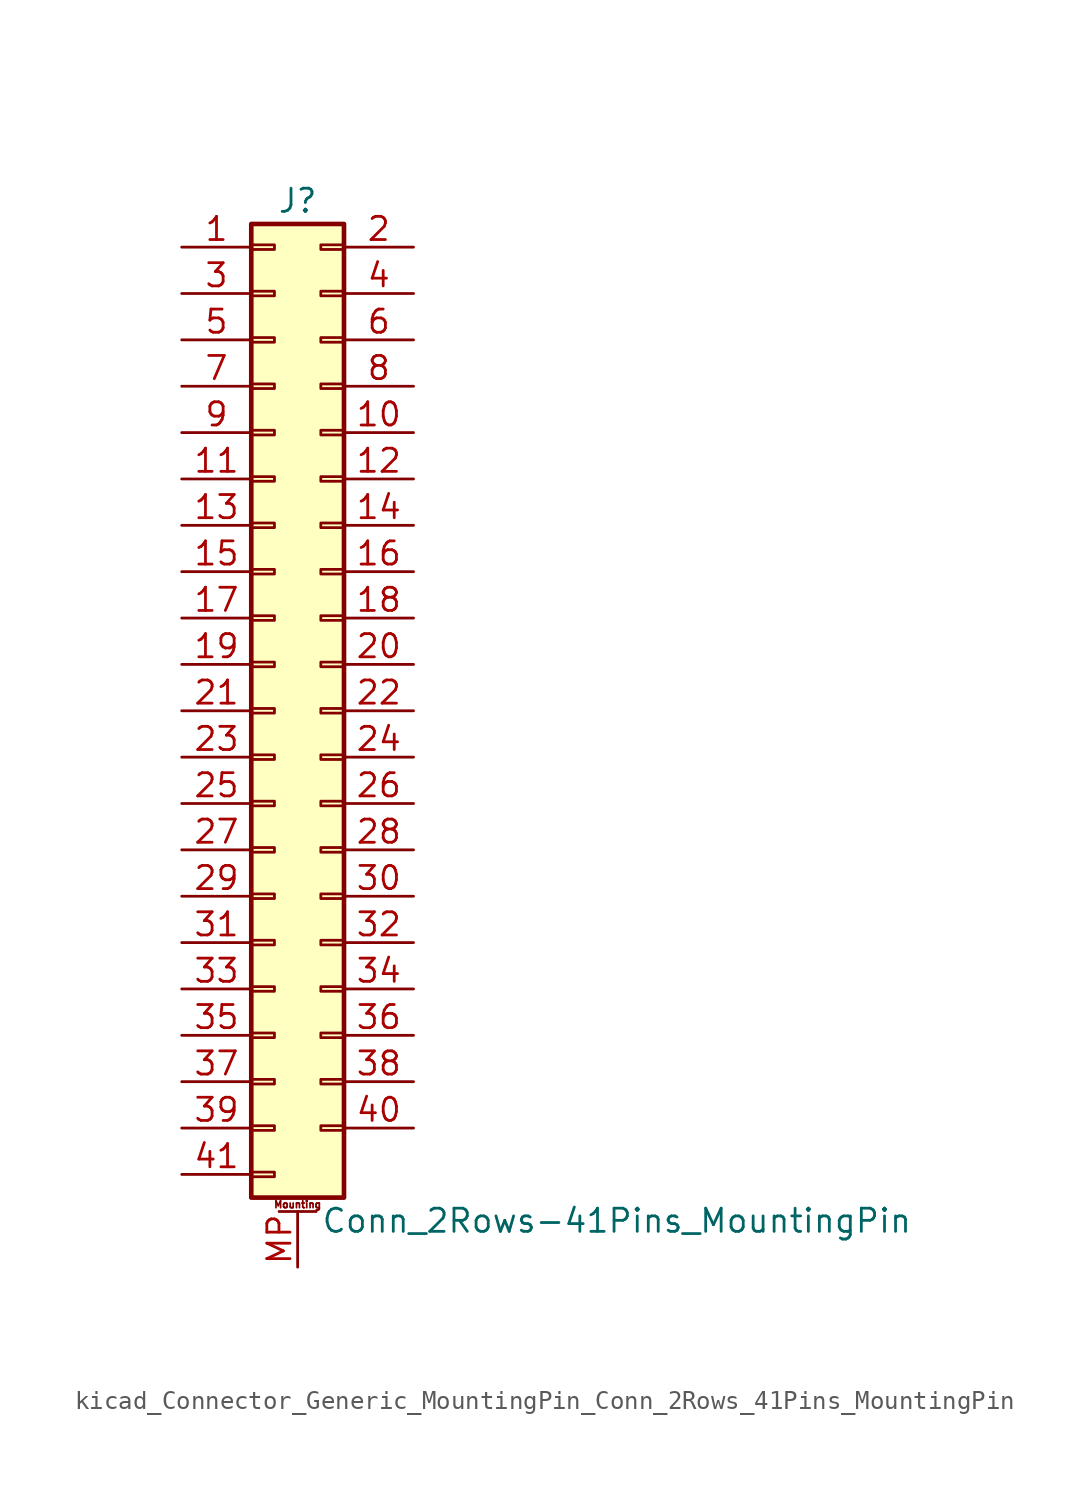
<source format=kicad_sym>
(kicad_symbol_lib
  (version 20220914)
  (generator kicad_symbol_editor)
  (symbol "kicad_Connector_Generic_MountingPin_Conn_2Rows_41Pins_MountingPin"
    (pin_names
      (offset 1.016) hide)
    (property "Reference" "J"
      (at 1.27 27.94 0)
      (effects (font (size 1.27 1.27))))
    (property "Value" "Conn_2Rows-41Pins_MountingPin"
      (at 2.54 -27.94 0)
      (effects (font (size 1.27 1.27)) (justify left)))
    (symbol "kicad_Connector_Generic_MountingPin_Conn_2Rows_41Pins_MountingPin_1_1"
      (rectangle (start -1.27 -25.273) (end 0 -25.527) (stroke (width 0.152) (type default)) (fill (type none)))
      (rectangle (start -1.27 -22.733) (end 0 -22.987) (stroke (width 0.152) (type default)) (fill (type none)))
      (rectangle (start -1.27 -20.193) (end 0 -20.447) (stroke (width 0.152) (type default)) (fill (type none)))
      (rectangle (start -1.27 -17.653) (end 0 -17.907) (stroke (width 0.152) (type default)) (fill (type none)))
      (rectangle (start -1.27 -15.113) (end 0 -15.367) (stroke (width 0.152) (type default)) (fill (type none)))
      (rectangle (start -1.27 -12.573) (end 0 -12.827) (stroke (width 0.152) (type default)) (fill (type none)))
      (rectangle (start -1.27 -10.033) (end 0 -10.287) (stroke (width 0.152) (type default)) (fill (type none)))
      (rectangle (start -1.27 -7.493) (end 0 -7.747) (stroke (width 0.152) (type default)) (fill (type none)))
      (rectangle (start -1.27 -4.953) (end 0 -5.207) (stroke (width 0.152) (type default)) (fill (type none)))
      (rectangle (start -1.27 -2.413) (end 0 -2.667) (stroke (width 0.152) (type default)) (fill (type none)))
      (rectangle (start -1.27 0.127) (end 0 -0.127) (stroke (width 0.152) (type default)) (fill (type none)))
      (rectangle (start -1.27 2.667) (end 0 2.413) (stroke (width 0.152) (type default)) (fill (type none)))
      (rectangle (start -1.27 5.207) (end 0 4.953) (stroke (width 0.152) (type default)) (fill (type none)))
      (rectangle (start -1.27 7.747) (end 0 7.493) (stroke (width 0.152) (type default)) (fill (type none)))
      (rectangle (start -1.27 10.287) (end 0 10.033) (stroke (width 0.152) (type default)) (fill (type none)))
      (rectangle (start -1.27 12.827) (end 0 12.573) (stroke (width 0.152) (type default)) (fill (type none)))
      (rectangle (start -1.27 15.367) (end 0 15.113) (stroke (width 0.152) (type default)) (fill (type none)))
      (rectangle (start -1.27 17.907) (end 0 17.653) (stroke (width 0.152) (type default)) (fill (type none)))
      (rectangle (start -1.27 20.447) (end 0 20.193) (stroke (width 0.152) (type default)) (fill (type none)))
      (rectangle (start -1.27 22.987) (end 0 22.733) (stroke (width 0.152) (type default)) (fill (type none)))
      (rectangle (start -1.27 25.527) (end 0 25.273) (stroke (width 0.152) (type default)) (fill (type none)))
      (rectangle (start -1.27 26.67) (end 3.81 -26.67) (stroke (width 0.254) (type default)) (fill (type background)))
      (polyline (pts (xy 0.254 -27.432) (xy 2.286 -27.432)) (stroke (width 0.152) (type default)) (fill (type none)))
      (rectangle (start 3.81 -22.733) (end 2.54 -22.987) (stroke (width 0.152) (type default)) (fill (type none)))
      (rectangle (start 3.81 -20.193) (end 2.54 -20.447) (stroke (width 0.152) (type default)) (fill (type none)))
      (rectangle (start 3.81 -17.653) (end 2.54 -17.907) (stroke (width 0.152) (type default)) (fill (type none)))
      (rectangle (start 3.81 -15.113) (end 2.54 -15.367) (stroke (width 0.152) (type default)) (fill (type none)))
      (rectangle (start 3.81 -12.573) (end 2.54 -12.827) (stroke (width 0.152) (type default)) (fill (type none)))
      (rectangle (start 3.81 -10.033) (end 2.54 -10.287) (stroke (width 0.152) (type default)) (fill (type none)))
      (rectangle (start 3.81 -7.493) (end 2.54 -7.747) (stroke (width 0.152) (type default)) (fill (type none)))
      (rectangle (start 3.81 -4.953) (end 2.54 -5.207) (stroke (width 0.152) (type default)) (fill (type none)))
      (rectangle (start 3.81 -2.413) (end 2.54 -2.667) (stroke (width 0.152) (type default)) (fill (type none)))
      (rectangle (start 3.81 0.127) (end 2.54 -0.127) (stroke (width 0.152) (type default)) (fill (type none)))
      (rectangle (start 3.81 2.667) (end 2.54 2.413) (stroke (width 0.152) (type default)) (fill (type none)))
      (rectangle (start 3.81 5.207) (end 2.54 4.953) (stroke (width 0.152) (type default)) (fill (type none)))
      (rectangle (start 3.81 7.747) (end 2.54 7.493) (stroke (width 0.152) (type default)) (fill (type none)))
      (rectangle (start 3.81 10.287) (end 2.54 10.033) (stroke (width 0.152) (type default)) (fill (type none)))
      (rectangle (start 3.81 12.827) (end 2.54 12.573) (stroke (width 0.152) (type default)) (fill (type none)))
      (rectangle (start 3.81 15.367) (end 2.54 15.113) (stroke (width 0.152) (type default)) (fill (type none)))
      (rectangle (start 3.81 17.907) (end 2.54 17.653) (stroke (width 0.152) (type default)) (fill (type none)))
      (rectangle (start 3.81 20.447) (end 2.54 20.193) (stroke (width 0.152) (type default)) (fill (type none)))
      (rectangle (start 3.81 22.987) (end 2.54 22.733) (stroke (width 0.152) (type default)) (fill (type none)))
      (rectangle (start 3.81 25.527) (end 2.54 25.273) (stroke (width 0.152) (type default)) (fill (type none)))
      (text "Mounting" (at 1.27 -27.051 0) (effects (font (size 0.381 0.381))))
      (pin passive line (at -5.08 25.4 0) (length 3.81) (name "Pin_1" (effects (font (size 1.27 1.27)))) (number "1" (effects (font (size 1.27 1.27)))))
      (pin passive line (at 7.62 15.24 180) (length 3.81) (name "Pin_10" (effects (font (size 1.27 1.27)))) (number "10" (effects (font (size 1.27 1.27)))))
      (pin passive line (at -5.08 12.7 0) (length 3.81) (name "Pin_11" (effects (font (size 1.27 1.27)))) (number "11" (effects (font (size 1.27 1.27)))))
      (pin passive line (at 7.62 12.7 180) (length 3.81) (name "Pin_12" (effects (font (size 1.27 1.27)))) (number "12" (effects (font (size 1.27 1.27)))))
      (pin passive line (at -5.08 10.16 0) (length 3.81) (name "Pin_13" (effects (font (size 1.27 1.27)))) (number "13" (effects (font (size 1.27 1.27)))))
      (pin passive line (at 7.62 10.16 180) (length 3.81) (name "Pin_14" (effects (font (size 1.27 1.27)))) (number "14" (effects (font (size 1.27 1.27)))))
      (pin passive line (at -5.08 7.62 0) (length 3.81) (name "Pin_15" (effects (font (size 1.27 1.27)))) (number "15" (effects (font (size 1.27 1.27)))))
      (pin passive line (at 7.62 7.62 180) (length 3.81) (name "Pin_16" (effects (font (size 1.27 1.27)))) (number "16" (effects (font (size 1.27 1.27)))))
      (pin passive line (at -5.08 5.08 0) (length 3.81) (name "Pin_17" (effects (font (size 1.27 1.27)))) (number "17" (effects (font (size 1.27 1.27)))))
      (pin passive line (at 7.62 5.08 180) (length 3.81) (name "Pin_18" (effects (font (size 1.27 1.27)))) (number "18" (effects (font (size 1.27 1.27)))))
      (pin passive line (at -5.08 2.54 0) (length 3.81) (name "Pin_19" (effects (font (size 1.27 1.27)))) (number "19" (effects (font (size 1.27 1.27)))))
      (pin passive line (at 7.62 25.4 180) (length 3.81) (name "Pin_2" (effects (font (size 1.27 1.27)))) (number "2" (effects (font (size 1.27 1.27)))))
      (pin passive line (at 7.62 2.54 180) (length 3.81) (name "Pin_20" (effects (font (size 1.27 1.27)))) (number "20" (effects (font (size 1.27 1.27)))))
      (pin passive line (at -5.08 0 0) (length 3.81) (name "Pin_21" (effects (font (size 1.27 1.27)))) (number "21" (effects (font (size 1.27 1.27)))))
      (pin passive line (at 7.62 0 180) (length 3.81) (name "Pin_22" (effects (font (size 1.27 1.27)))) (number "22" (effects (font (size 1.27 1.27)))))
      (pin passive line (at -5.08 -2.54 0) (length 3.81) (name "Pin_23" (effects (font (size 1.27 1.27)))) (number "23" (effects (font (size 1.27 1.27)))))
      (pin passive line (at 7.62 -2.54 180) (length 3.81) (name "Pin_24" (effects (font (size 1.27 1.27)))) (number "24" (effects (font (size 1.27 1.27)))))
      (pin passive line (at -5.08 -5.08 0) (length 3.81) (name "Pin_25" (effects (font (size 1.27 1.27)))) (number "25" (effects (font (size 1.27 1.27)))))
      (pin passive line (at 7.62 -5.08 180) (length 3.81) (name "Pin_26" (effects (font (size 1.27 1.27)))) (number "26" (effects (font (size 1.27 1.27)))))
      (pin passive line (at -5.08 -7.62 0) (length 3.81) (name "Pin_27" (effects (font (size 1.27 1.27)))) (number "27" (effects (font (size 1.27 1.27)))))
      (pin passive line (at 7.62 -7.62 180) (length 3.81) (name "Pin_28" (effects (font (size 1.27 1.27)))) (number "28" (effects (font (size 1.27 1.27)))))
      (pin passive line (at -5.08 -10.16 0) (length 3.81) (name "Pin_29" (effects (font (size 1.27 1.27)))) (number "29" (effects (font (size 1.27 1.27)))))
      (pin passive line (at -5.08 22.86 0) (length 3.81) (name "Pin_3" (effects (font (size 1.27 1.27)))) (number "3" (effects (font (size 1.27 1.27)))))
      (pin passive line (at 7.62 -10.16 180) (length 3.81) (name "Pin_30" (effects (font (size 1.27 1.27)))) (number "30" (effects (font (size 1.27 1.27)))))
      (pin passive line (at -5.08 -12.7 0) (length 3.81) (name "Pin_31" (effects (font (size 1.27 1.27)))) (number "31" (effects (font (size 1.27 1.27)))))
      (pin passive line (at 7.62 -12.7 180) (length 3.81) (name "Pin_32" (effects (font (size 1.27 1.27)))) (number "32" (effects (font (size 1.27 1.27)))))
      (pin passive line (at -5.08 -15.24 0) (length 3.81) (name "Pin_33" (effects (font (size 1.27 1.27)))) (number "33" (effects (font (size 1.27 1.27)))))
      (pin passive line (at 7.62 -15.24 180) (length 3.81) (name "Pin_34" (effects (font (size 1.27 1.27)))) (number "34" (effects (font (size 1.27 1.27)))))
      (pin passive line (at -5.08 -17.78 0) (length 3.81) (name "Pin_35" (effects (font (size 1.27 1.27)))) (number "35" (effects (font (size 1.27 1.27)))))
      (pin passive line (at 7.62 -17.78 180) (length 3.81) (name "Pin_36" (effects (font (size 1.27 1.27)))) (number "36" (effects (font (size 1.27 1.27)))))
      (pin passive line (at -5.08 -20.32 0) (length 3.81) (name "Pin_37" (effects (font (size 1.27 1.27)))) (number "37" (effects (font (size 1.27 1.27)))))
      (pin passive line (at 7.62 -20.32 180) (length 3.81) (name "Pin_38" (effects (font (size 1.27 1.27)))) (number "38" (effects (font (size 1.27 1.27)))))
      (pin passive line (at -5.08 -22.86 0) (length 3.81) (name "Pin_39" (effects (font (size 1.27 1.27)))) (number "39" (effects (font (size 1.27 1.27)))))
      (pin passive line (at 7.62 22.86 180) (length 3.81) (name "Pin_4" (effects (font (size 1.27 1.27)))) (number "4" (effects (font (size 1.27 1.27)))))
      (pin passive line (at 7.62 -22.86 180) (length 3.81) (name "Pin_40" (effects (font (size 1.27 1.27)))) (number "40" (effects (font (size 1.27 1.27)))))
      (pin passive line (at -5.08 -25.4 0) (length 3.81) (name "Pin_41" (effects (font (size 1.27 1.27)))) (number "41" (effects (font (size 1.27 1.27)))))
      (pin passive line (at -5.08 20.32 0) (length 3.81) (name "Pin_5" (effects (font (size 1.27 1.27)))) (number "5" (effects (font (size 1.27 1.27)))))
      (pin passive line (at 7.62 20.32 180) (length 3.81) (name "Pin_6" (effects (font (size 1.27 1.27)))) (number "6" (effects (font (size 1.27 1.27)))))
      (pin passive line (at -5.08 17.78 0) (length 3.81) (name "Pin_7" (effects (font (size 1.27 1.27)))) (number "7" (effects (font (size 1.27 1.27)))))
      (pin passive line (at 7.62 17.78 180) (length 3.81) (name "Pin_8" (effects (font (size 1.27 1.27)))) (number "8" (effects (font (size 1.27 1.27)))))
      (pin passive line (at -5.08 15.24 0) (length 3.81) (name "Pin_9" (effects (font (size 1.27 1.27)))) (number "9" (effects (font (size 1.27 1.27)))))
      (pin passive line (at 1.27 -30.48 90) (length 3.048) (name "MountPin" (effects (font (size 1.27 1.27)))) (number "MP" (effects (font (size 1.27 1.27))))))))
</source>
